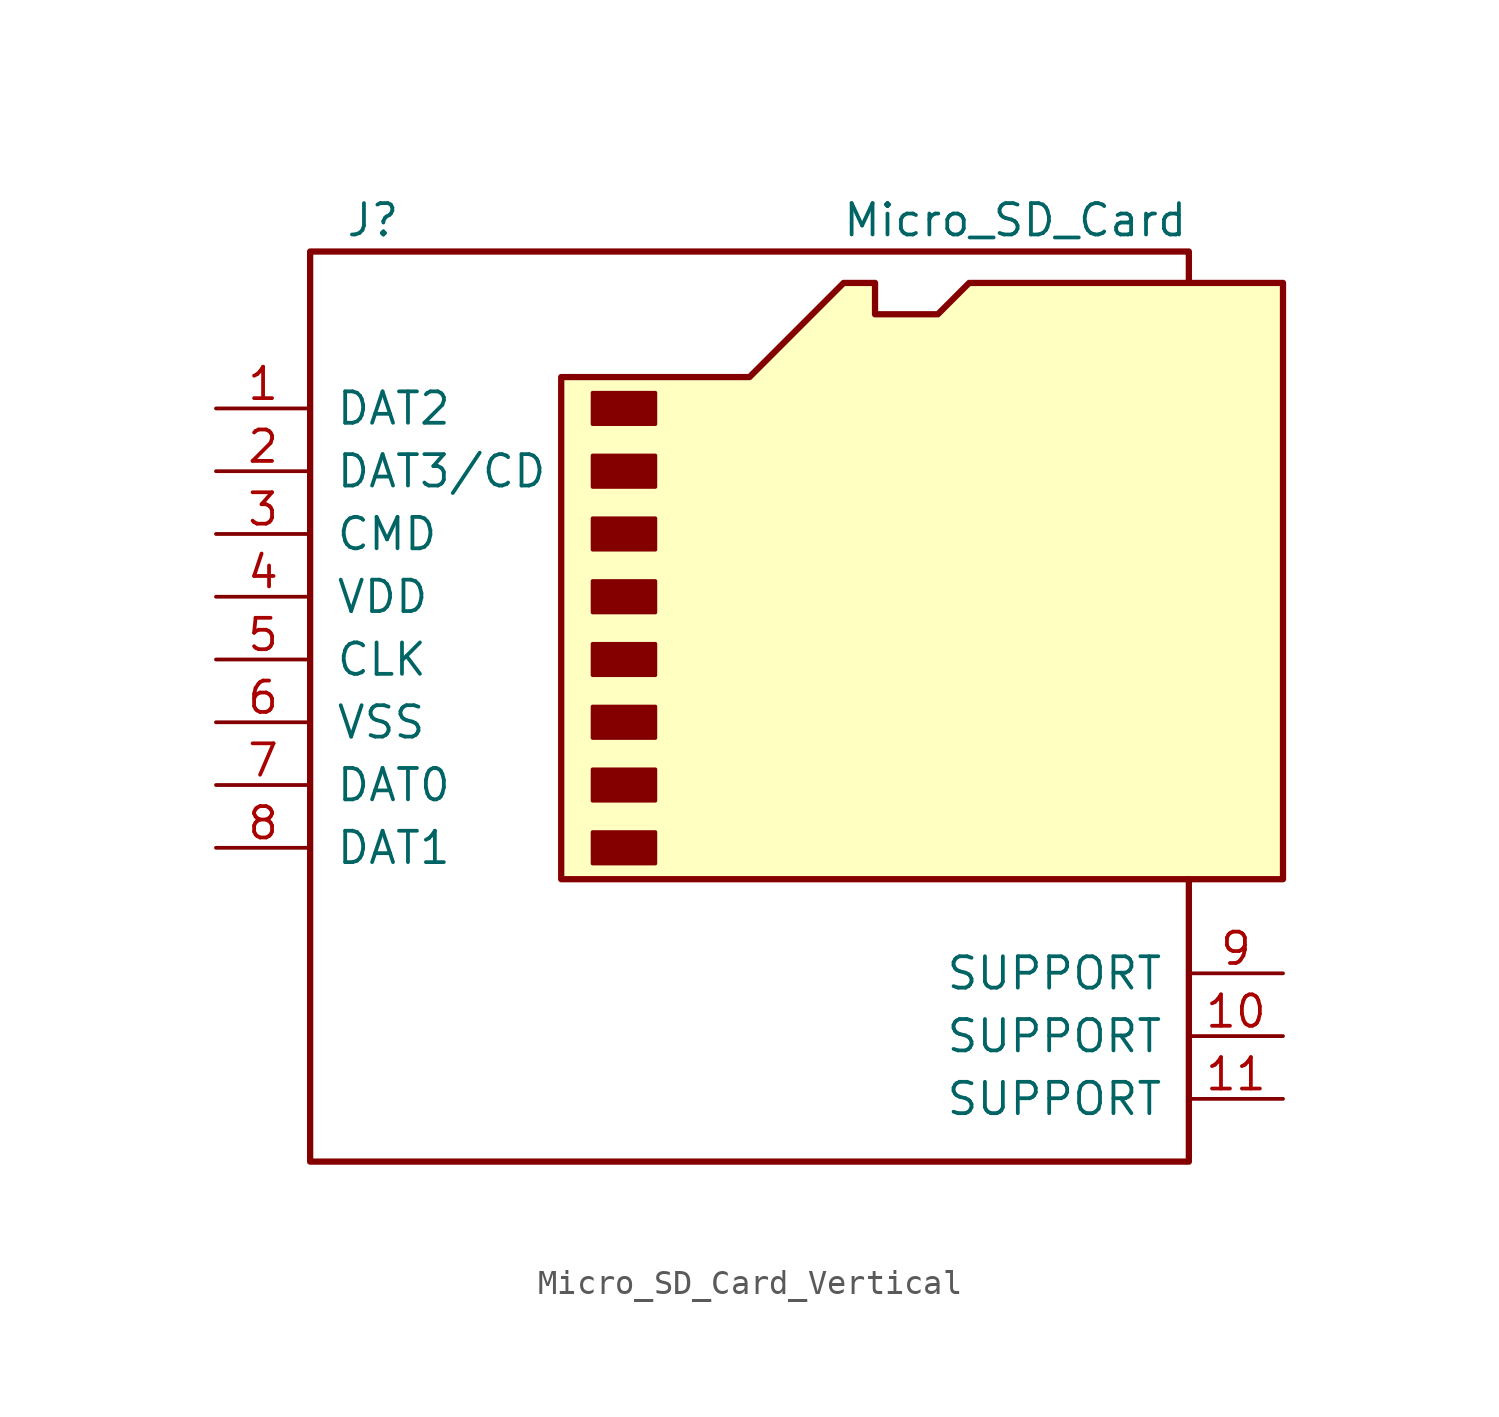
<source format=kicad_sym>
(kicad_symbol_lib
  (version 20220914)
  (generator kicad_symbol_editor)
  (symbol "Micro_SD_Card_Vertical"
    (pin_names
      (offset 1.016))
    (property "Reference" "J"
      (at -16.51 15.24 0)
      (effects (font (size 1.27 1.27))))
    (property "Value" "Micro_SD_Card"
      (at 16.51 15.24 0)
      (effects (font (size 1.27 1.27)) (justify right)))
    (symbol "Micro_SD_Card_Vertical_0_1"
      (rectangle (start -7.62 -9.525) (end -5.08 -10.795) (stroke (width 0) (type default)) (fill (type outline)))
      (rectangle (start -7.62 -6.985) (end -5.08 -8.255) (stroke (width 0) (type default)) (fill (type outline)))
      (rectangle (start -7.62 -4.445) (end -5.08 -5.715) (stroke (width 0) (type default)) (fill (type outline)))
      (rectangle (start -7.62 -1.905) (end -5.08 -3.175) (stroke (width 0) (type default)) (fill (type outline)))
      (rectangle (start -7.62 0.635) (end -5.08 -0.635) (stroke (width 0) (type default)) (fill (type outline)))
      (rectangle (start -7.62 3.175) (end -5.08 1.905) (stroke (width 0) (type default)) (fill (type outline)))
      (rectangle (start -7.62 5.715) (end -5.08 4.445) (stroke (width 0) (type default)) (fill (type outline)))
      (rectangle (start -7.62 8.255) (end -5.08 6.985) (stroke (width 0) (type default)) (fill (type outline)))
      (polyline (pts (xy 16.51 12.7) (xy 16.51 13.97) (xy -19.05 13.97) (xy -19.05 -22.86) (xy 16.51 -22.86) (xy 16.51 -11.43)) (stroke (width 0.254) (type default)) (fill (type none)))
      (polyline (pts (xy -8.89 -11.43) (xy -8.89 8.89) (xy -1.27 8.89) (xy 2.54 12.7) (xy 3.81 12.7) (xy 3.81 11.43) (xy 6.35 11.43) (xy 7.62 12.7) (xy 20.32 12.7) (xy 20.32 -11.43) (xy -8.89 -11.43)) (stroke (width 0.254) (type default)) (fill (type background))))
    (symbol "Micro_SD_Card_Vertical_1_1"
      (pin bidirectional line (at -22.86 7.62 0) (length 3.81) (name "DAT2" (effects (font (size 1.27 1.27)))) (number "1" (effects (font (size 1.27 1.27)))))
      (pin passive line (at 20.32 -17.78 180) (length 3.81) (name "SUPPORT" (effects (font (size 1.27 1.27)))) (number "10" (effects (font (size 1.27 1.27)))))
      (pin passive line (at 20.32 -20.32 180) (length 3.81) (name "SUPPORT" (effects (font (size 1.27 1.27)))) (number "11" (effects (font (size 1.27 1.27)))))
      (pin bidirectional line (at -22.86 5.08 0) (length 3.81) (name "DAT3/CD" (effects (font (size 1.27 1.27)))) (number "2" (effects (font (size 1.27 1.27)))))
      (pin input line (at -22.86 2.54 0) (length 3.81) (name "CMD" (effects (font (size 1.27 1.27)))) (number "3" (effects (font (size 1.27 1.27)))))
      (pin power_in line (at -22.86 0 0) (length 3.81) (name "VDD" (effects (font (size 1.27 1.27)))) (number "4" (effects (font (size 1.27 1.27)))))
      (pin input line (at -22.86 -2.54 0) (length 3.81) (name "CLK" (effects (font (size 1.27 1.27)))) (number "5" (effects (font (size 1.27 1.27)))))
      (pin power_in line (at -22.86 -5.08 0) (length 3.81) (name "VSS" (effects (font (size 1.27 1.27)))) (number "6" (effects (font (size 1.27 1.27)))))
      (pin bidirectional line (at -22.86 -7.62 0) (length 3.81) (name "DAT0" (effects (font (size 1.27 1.27)))) (number "7" (effects (font (size 1.27 1.27)))))
      (pin bidirectional line (at -22.86 -10.16 0) (length 3.81) (name "DAT1" (effects (font (size 1.27 1.27)))) (number "8" (effects (font (size 1.27 1.27)))))
      (pin passive line (at 20.32 -15.24 180) (length 3.81) (name "SUPPORT" (effects (font (size 1.27 1.27)))) (number "9" (effects (font (size 1.27 1.27))))))))
</source>
